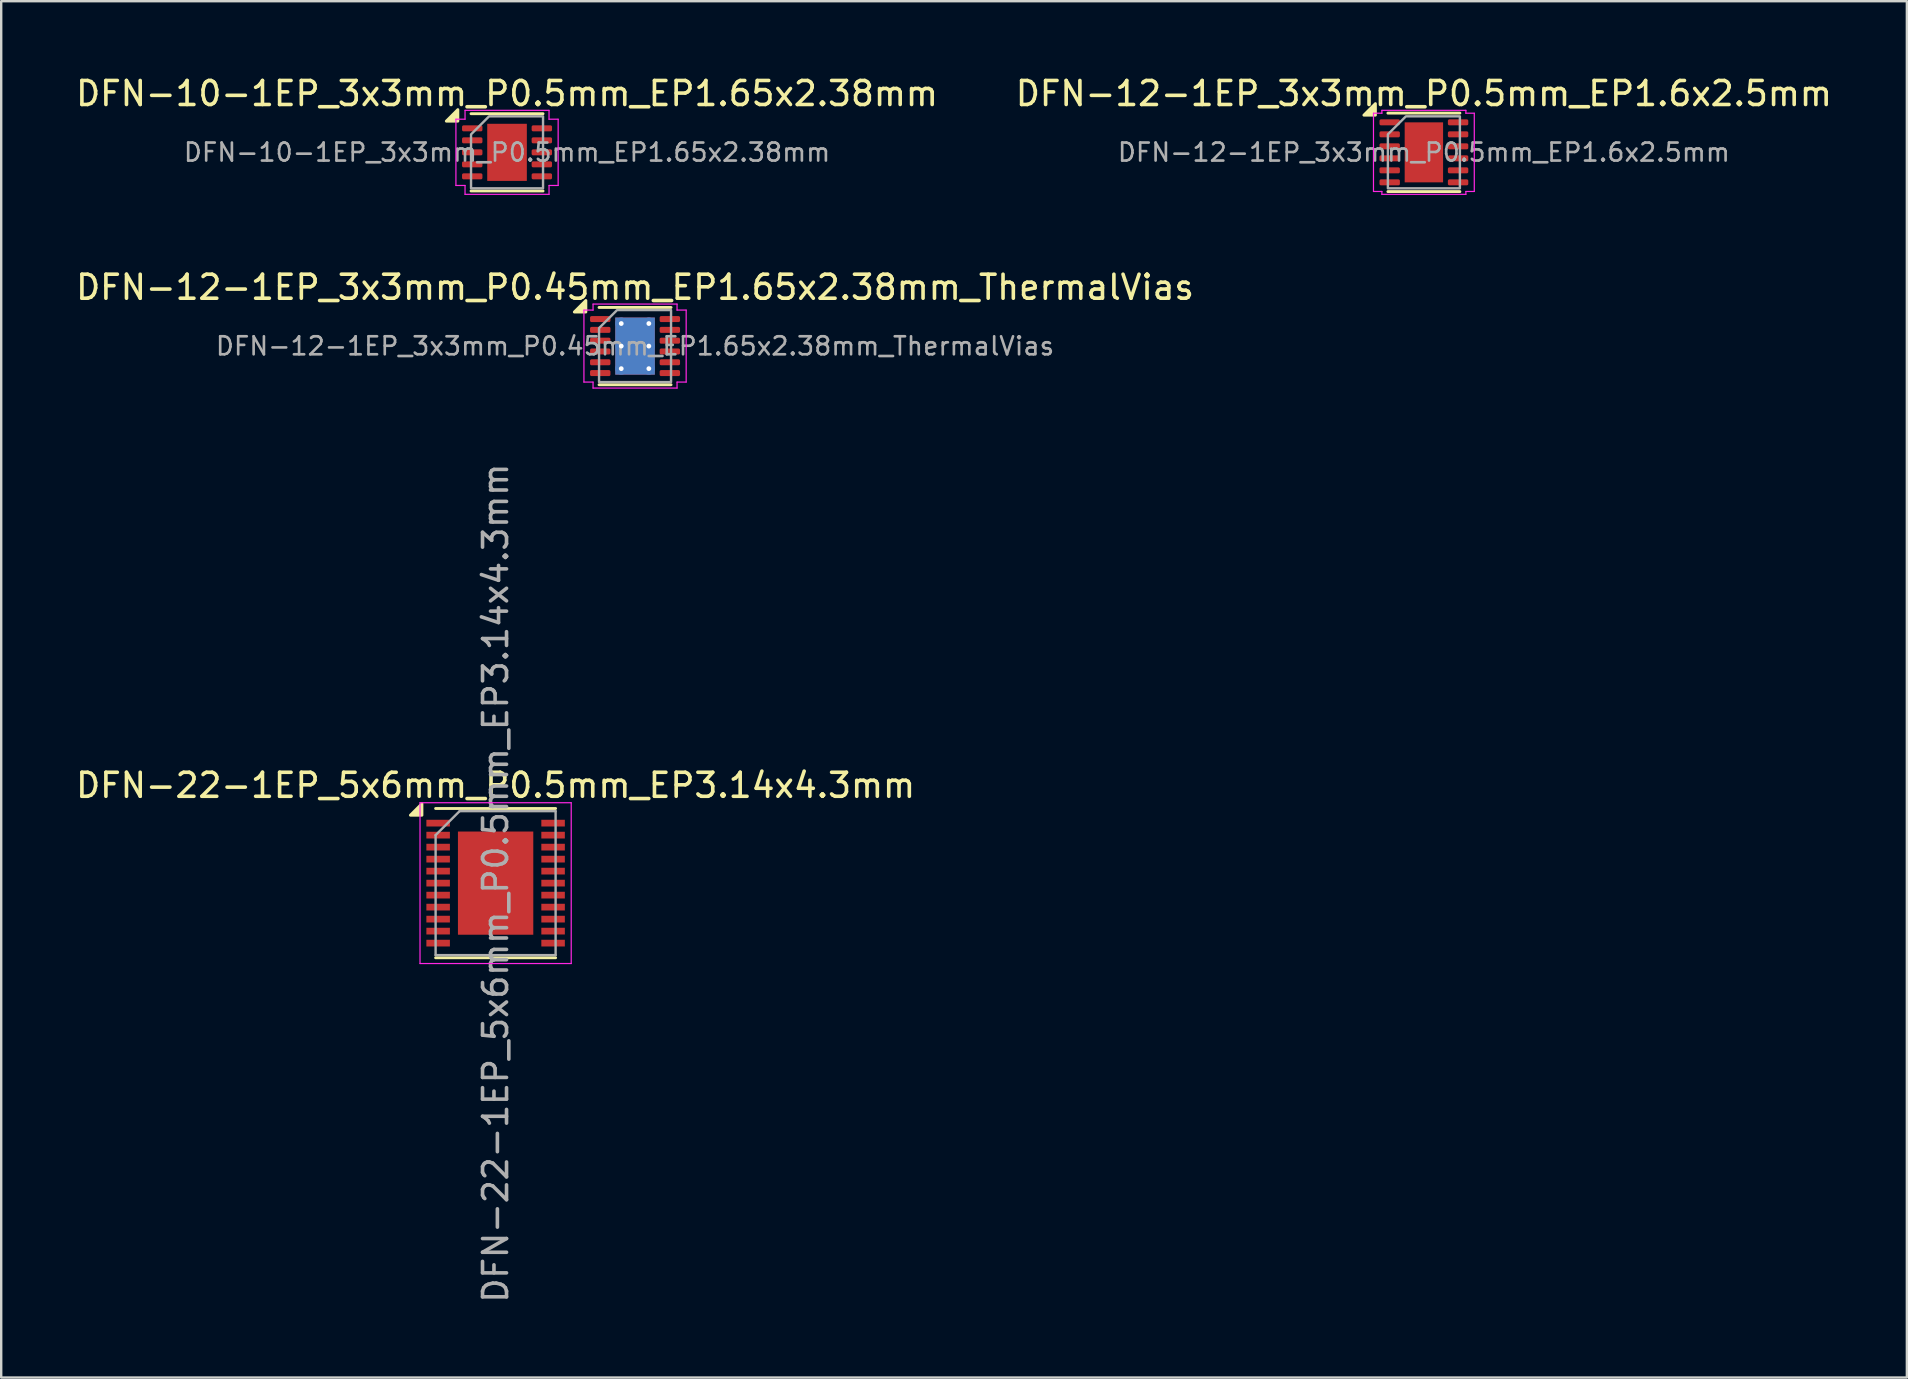
<source format=kicad_pcb>
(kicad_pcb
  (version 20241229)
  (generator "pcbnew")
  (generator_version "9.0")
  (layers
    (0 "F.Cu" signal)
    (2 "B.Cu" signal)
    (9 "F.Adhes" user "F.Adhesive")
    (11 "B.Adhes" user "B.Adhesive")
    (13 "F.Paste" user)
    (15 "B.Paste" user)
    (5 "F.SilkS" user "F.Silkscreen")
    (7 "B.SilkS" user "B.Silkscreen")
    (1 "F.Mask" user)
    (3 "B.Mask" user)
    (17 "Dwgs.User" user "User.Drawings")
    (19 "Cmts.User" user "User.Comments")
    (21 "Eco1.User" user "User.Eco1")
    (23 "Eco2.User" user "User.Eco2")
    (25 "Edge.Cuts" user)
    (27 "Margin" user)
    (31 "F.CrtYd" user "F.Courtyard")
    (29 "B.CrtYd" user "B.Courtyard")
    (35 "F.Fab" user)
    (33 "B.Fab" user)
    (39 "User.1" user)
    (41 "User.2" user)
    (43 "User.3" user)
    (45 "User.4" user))
  (footprint "DFN-22-1EP_5x6mm_P0.5mm_EP3.14x4.3mm"
    (layer "F.Cu")
    (at 17.601 33.748)
    (property "Reference" "DFN-22-1EP_5x6mm_P0.5mm_EP3.14x4.3mm" (at 0 -4.075 0) (layer "F.SilkS") (effects (font (size 1 1) (thickness 0.15))))
    (attr smd)
    (fp_line (start -2.5 -3.11) (end 2.5 -3.11) (stroke (width 0.12) (type solid)) (layer "F.SilkS"))
    (fp_line (start -2.5 3.11) (end 2.5 3.11) (stroke (width 0.12) (type solid)) (layer "F.SilkS"))
    (fp_poly (pts (xy -3.07 -2.83) (xy -3.55 -2.83) (xy -3.07 -3.31) (xy -3.07 -2.83)) (stroke (width 0.12) (type solid)) (fill yes) (layer "F.SilkS"))
    (fp_line (start -3.15 -3.35) (end -3.15 3.35) (stroke (width 0.05) (type solid)) (layer "F.CrtYd"))
    (fp_line (start -3.15 -3.35) (end 3.15 -3.35) (stroke (width 0.05) (type solid)) (layer "F.CrtYd"))
    (fp_line (start -3.15 3.35) (end 3.15 3.35) (stroke (width 0.05) (type solid)) (layer "F.CrtYd"))
    (fp_line (start 3.15 -3.35) (end 3.15 3.35) (stroke (width 0.05) (type solid)) (layer "F.CrtYd"))
    (fp_line (start -2.5 -2) (end -1.5 -3) (stroke (width 0.1) (type solid)) (layer "F.Fab"))
    (fp_line (start -2.5 3) (end -2.5 -2) (stroke (width 0.1) (type solid)) (layer "F.Fab"))
    (fp_line (start -1.5 -3) (end 2.5 -3) (stroke (width 0.1) (type solid)) (layer "F.Fab"))
    (fp_line (start 2.5 -3) (end 2.5 3) (stroke (width 0.1) (type solid)) (layer "F.Fab"))
    (fp_line (start 2.5 3) (end -2.5 3) (stroke (width 0.1) (type solid)) (layer "F.Fab"))
    (fp_text user "${REFERENCE}" (at 0 0 90) (layer "F.Fab") (effects (font (size 1 1) (thickness 0.15))))
    (pad "" smd rect (at -1.05 -1.613) (size 0.855 0.855) (layers "F.Paste"))
    (pad "" smd rect (at -1.05 -0.537) (size 0.855 0.855) (layers "F.Paste"))
    (pad "" smd rect (at -1.05 0.537) (size 0.855 0.855) (layers "F.Paste"))
    (pad "" smd rect (at -1.05 1.613) (size 0.855 0.855) (layers "F.Paste"))
    (pad "" smd rect (at 0 -1.613) (size 0.855 0.855) (layers "F.Paste"))
    (pad "" smd rect (at 0 -0.537) (size 0.855 0.855) (layers "F.Paste"))
    (pad "" smd rect (at 0 0.537) (size 0.855 0.855) (layers "F.Paste"))
    (pad "" smd rect (at 0 1.613) (size 0.855 0.855) (layers "F.Paste"))
    (pad "" smd rect (at 1.05 -1.613) (size 0.855 0.855) (layers "F.Paste"))
    (pad "" smd rect (at 1.05 -0.537) (size 0.855 0.855) (layers "F.Paste"))
    (pad "" smd rect (at 1.05 0.537) (size 0.855 0.855) (layers "F.Paste"))
    (pad "" smd rect (at 1.05 1.613) (size 0.855 0.855) (layers "F.Paste"))
    (pad "1" smd rect (at -2.395 -2.5) (size 0.98 0.28) (layers "F.Cu" "F.Mask" "F.Paste"))
    (pad "2" smd rect (at -2.395 -2) (size 0.98 0.28) (layers "F.Cu" "F.Mask" "F.Paste"))
    (pad "3" smd rect (at -2.395 -1.5) (size 0.98 0.28) (layers "F.Cu" "F.Mask" "F.Paste"))
    (pad "4" smd rect (at -2.395 -1) (size 0.98 0.28) (layers "F.Cu" "F.Mask" "F.Paste"))
    (pad "5" smd rect (at -2.395 -0.5) (size 0.98 0.28) (layers "F.Cu" "F.Mask" "F.Paste"))
    (pad "6" smd rect (at -2.395 0) (size 0.98 0.28) (layers "F.Cu" "F.Mask" "F.Paste"))
    (pad "7" smd rect (at -2.395 0.5) (size 0.98 0.28) (layers "F.Cu" "F.Mask" "F.Paste"))
    (pad "8" smd rect (at -2.395 1) (size 0.98 0.28) (layers "F.Cu" "F.Mask" "F.Paste"))
    (pad "9" smd rect (at -2.395 1.5) (size 0.98 0.28) (layers "F.Cu" "F.Mask" "F.Paste"))
    (pad "10" smd rect (at -2.395 2) (size 0.98 0.28) (layers "F.Cu" "F.Mask" "F.Paste"))
    (pad "11" smd rect (at -2.395 2.5) (size 0.98 0.28) (layers "F.Cu" "F.Mask" "F.Paste"))
    (pad "12" smd rect (at 2.395 2.5) (size 0.98 0.28) (layers "F.Cu" "F.Mask" "F.Paste"))
    (pad "13" smd rect (at 2.395 2) (size 0.98 0.28) (layers "F.Cu" "F.Mask" "F.Paste"))
    (pad "14" smd rect (at 2.395 1.5) (size 0.98 0.28) (layers "F.Cu" "F.Mask" "F.Paste"))
    (pad "15" smd rect (at 2.395 1) (size 0.98 0.28) (layers "F.Cu" "F.Mask" "F.Paste"))
    (pad "16" smd rect (at 2.395 0.5) (size 0.98 0.28) (layers "F.Cu" "F.Mask" "F.Paste"))
    (pad "17" smd rect (at 2.395 0) (size 0.98 0.28) (layers "F.Cu" "F.Mask" "F.Paste"))
    (pad "18" smd rect (at 2.395 -0.5) (size 0.98 0.28) (layers "F.Cu" "F.Mask" "F.Paste"))
    (pad "19" smd rect (at 2.395 -1) (size 0.98 0.28) (layers "F.Cu" "F.Mask" "F.Paste"))
    (pad "20" smd rect (at 2.395 -1.5) (size 0.98 0.28) (layers "F.Cu" "F.Mask" "F.Paste"))
    (pad "21" smd rect (at 2.395 -2) (size 0.98 0.28) (layers "F.Cu" "F.Mask" "F.Paste"))
    (pad "22" smd rect (at 2.395 -2.5) (size 0.98 0.28) (layers "F.Cu" "F.Mask" "F.Paste"))
    (pad "23" smd rect (at 0 0) (size 3.14 4.3) (layers "F.Cu" "F.Mask")))
  (footprint "DFN-12-1EP_3x3mm_P0.5mm_EP1.6x2.5mm"
    (layer "F.Cu")
    (at 56.28 3.298)
    (property "Reference" "DFN-12-1EP_3x3mm_P0.5mm_EP1.6x2.5mm" (at 0 -2.45 0) (layer "F.SilkS") (effects (font (size 1 1) (thickness 0.15))))
    (attr smd)
    (fp_line (start -1.5 -1.635) (end 1.5 -1.635) (stroke (width 0.12) (type solid)) (layer "F.SilkS"))
    (fp_line (start -1.5 1.635) (end 1.5 1.635) (stroke (width 0.12) (type solid)) (layer "F.SilkS"))
    (fp_poly (pts (xy -2.02 -1.55) (xy -2.5 -1.55) (xy -2.02 -2.03)) (stroke (width 0.12) (type solid)) (fill yes) (layer "F.SilkS"))
    (fp_line (start -2.1 -1.63) (end -1.75 -1.63) (stroke (width 0.05) (type solid)) (layer "F.CrtYd"))
    (fp_line (start -2.1 1.63) (end -2.1 -1.63) (stroke (width 0.05) (type solid)) (layer "F.CrtYd"))
    (fp_line (start -1.75 -1.75) (end 1.75 -1.75) (stroke (width 0.05) (type solid)) (layer "F.CrtYd"))
    (fp_line (start -1.75 -1.63) (end -1.75 -1.75) (stroke (width 0.05) (type solid)) (layer "F.CrtYd"))
    (fp_line (start -1.75 1.63) (end -2.1 1.63) (stroke (width 0.05) (type solid)) (layer "F.CrtYd"))
    (fp_line (start -1.75 1.75) (end -1.75 1.63) (stroke (width 0.05) (type solid)) (layer "F.CrtYd"))
    (fp_line (start 1.75 -1.75) (end 1.75 -1.63) (stroke (width 0.05) (type solid)) (layer "F.CrtYd"))
    (fp_line (start 1.75 -1.63) (end 2.1 -1.63) (stroke (width 0.05) (type solid)) (layer "F.CrtYd"))
    (fp_line (start 1.75 1.63) (end 1.75 1.75) (stroke (width 0.05) (type solid)) (layer "F.CrtYd"))
    (fp_line (start 1.75 1.75) (end -1.75 1.75) (stroke (width 0.05) (type solid)) (layer "F.CrtYd"))
    (fp_line (start 2.1 -1.63) (end 2.1 1.63) (stroke (width 0.05) (type solid)) (layer "F.CrtYd"))
    (fp_line (start 2.1 1.63) (end 1.75 1.63) (stroke (width 0.05) (type solid)) (layer "F.CrtYd"))
    (fp_poly (pts (xy -1.5 -0.75) (xy -1.5 1.5) (xy 1.5 1.5) (xy 1.5 -1.5) (xy -0.75 -1.5)) (stroke (width 0.1) (type solid)) (fill no) (layer "F.Fab"))
    (fp_text user "${REFERENCE}" (at 0 0 0) (layer "F.Fab") (effects (font (size 0.75 0.75) (thickness 0.11))))
    (pad "" smd roundrect (at -0.4 -0.625) (size 0.64 1.01) (layers "F.Paste") (roundrect_rratio 0.25))
    (pad "" smd roundrect (at -0.4 0.625) (size 0.64 1.01) (layers "F.Paste") (roundrect_rratio 0.25))
    (pad "" smd roundrect (at 0.4 -0.625) (size 0.64 1.01) (layers "F.Paste") (roundrect_rratio 0.25))
    (pad "" smd roundrect (at 0.4 0.625) (size 0.64 1.01) (layers "F.Paste") (roundrect_rratio 0.25))
    (pad "1" smd roundrect (at -1.425 -1.25) (size 0.85 0.25) (layers "F.Cu" "F.Mask" "F.Paste") (roundrect_rratio 0.25))
    (pad "2" smd roundrect (at -1.425 -0.75) (size 0.85 0.25) (layers "F.Cu" "F.Mask" "F.Paste") (roundrect_rratio 0.25))
    (pad "3" smd roundrect (at -1.425 -0.25) (size 0.85 0.25) (layers "F.Cu" "F.Mask" "F.Paste") (roundrect_rratio 0.25))
    (pad "4" smd roundrect (at -1.425 0.25) (size 0.85 0.25) (layers "F.Cu" "F.Mask" "F.Paste") (roundrect_rratio 0.25))
    (pad "5" smd roundrect (at -1.425 0.75) (size 0.85 0.25) (layers "F.Cu" "F.Mask" "F.Paste") (roundrect_rratio 0.25))
    (pad "6" smd roundrect (at -1.425 1.25) (size 0.85 0.25) (layers "F.Cu" "F.Mask" "F.Paste") (roundrect_rratio 0.25))
    (pad "7" smd roundrect (at 1.425 1.25) (size 0.85 0.25) (layers "F.Cu" "F.Mask" "F.Paste") (roundrect_rratio 0.25))
    (pad "8" smd roundrect (at 1.425 0.75) (size 0.85 0.25) (layers "F.Cu" "F.Mask" "F.Paste") (roundrect_rratio 0.25))
    (pad "9" smd roundrect (at 1.425 0.25) (size 0.85 0.25) (layers "F.Cu" "F.Mask" "F.Paste") (roundrect_rratio 0.25))
    (pad "10" smd roundrect (at 1.425 -0.25) (size 0.85 0.25) (layers "F.Cu" "F.Mask" "F.Paste") (roundrect_rratio 0.25))
    (pad "11" smd roundrect (at 1.425 -0.75) (size 0.85 0.25) (layers "F.Cu" "F.Mask" "F.Paste") (roundrect_rratio 0.25))
    (pad "12" smd roundrect (at 1.425 -1.25) (size 0.85 0.25) (layers "F.Cu" "F.Mask" "F.Paste") (roundrect_rratio 0.25))
    (pad "13" smd rect (at 0 0) (size 1.6 2.5) (property pad_prop_heatsink) (layers "F.Cu" "F.Mask")))
  (footprint "DFN-10-1EP_3x3mm_P0.5mm_EP1.65x2.38mm"
    (layer "F.Cu")
    (at 18.077 3.298)
    (property "Reference" "DFN-10-1EP_3x3mm_P0.5mm_EP1.65x2.38mm" (at 0 -2.45 0) (layer "F.SilkS") (effects (font (size 1 1) (thickness 0.15))))
    (attr smd)
    (fp_line (start -1.5 -1.61) (end 1.5 -1.61) (stroke (width 0.12) (type solid)) (layer "F.SilkS"))
    (fp_line (start -1.5 1.61) (end 1.5 1.61) (stroke (width 0.12) (type solid)) (layer "F.SilkS"))
    (fp_poly (pts (xy -2.05 -1.3) (xy -2.53 -1.3) (xy -2.05 -1.78)) (stroke (width 0.12) (type solid)) (fill yes) (layer "F.SilkS"))
    (fp_line (start -2.13 -1.38) (end -1.75 -1.38) (stroke (width 0.05) (type solid)) (layer "F.CrtYd"))
    (fp_line (start -2.13 1.38) (end -2.13 -1.38) (stroke (width 0.05) (type solid)) (layer "F.CrtYd"))
    (fp_line (start -1.75 -1.75) (end 1.75 -1.75) (stroke (width 0.05) (type solid)) (layer "F.CrtYd"))
    (fp_line (start -1.75 -1.38) (end -1.75 -1.75) (stroke (width 0.05) (type solid)) (layer "F.CrtYd"))
    (fp_line (start -1.75 1.38) (end -2.13 1.38) (stroke (width 0.05) (type solid)) (layer "F.CrtYd"))
    (fp_line (start -1.75 1.75) (end -1.75 1.38) (stroke (width 0.05) (type solid)) (layer "F.CrtYd"))
    (fp_line (start 1.75 -1.75) (end 1.75 -1.38) (stroke (width 0.05) (type solid)) (layer "F.CrtYd"))
    (fp_line (start 1.75 -1.38) (end 2.13 -1.38) (stroke (width 0.05) (type solid)) (layer "F.CrtYd"))
    (fp_line (start 1.75 1.38) (end 1.75 1.75) (stroke (width 0.05) (type solid)) (layer "F.CrtYd"))
    (fp_line (start 1.75 1.75) (end -1.75 1.75) (stroke (width 0.05) (type solid)) (layer "F.CrtYd"))
    (fp_line (start 2.13 -1.38) (end 2.13 1.38) (stroke (width 0.05) (type solid)) (layer "F.CrtYd"))
    (fp_line (start 2.13 1.38) (end 1.75 1.38) (stroke (width 0.05) (type solid)) (layer "F.CrtYd"))
    (fp_poly (pts (xy -1.5 -0.75) (xy -1.5 1.5) (xy 1.5 1.5) (xy 1.5 -1.5) (xy -0.75 -1.5)) (stroke (width 0.1) (type solid)) (fill no) (layer "F.Fab"))
    (fp_text user "${REFERENCE}" (at 0 0 0) (layer "F.Fab") (effects (font (size 0.75 0.75) (thickness 0.11))))
    (pad "" smd roundrect (at -0.41 -0.595) (size 0.67 0.96) (layers "F.Paste") (roundrect_rratio 0.25))
    (pad "" smd roundrect (at -0.41 0.595) (size 0.67 0.96) (layers "F.Paste") (roundrect_rratio 0.25))
    (pad "" smd roundrect (at 0.41 -0.595) (size 0.67 0.96) (layers "F.Paste") (roundrect_rratio 0.25))
    (pad "" smd roundrect (at 0.41 0.595) (size 0.67 0.96) (layers "F.Paste") (roundrect_rratio 0.25))
    (pad "1" smd roundrect (at -1.45 -1) (size 0.85 0.25) (layers "F.Cu" "F.Mask" "F.Paste") (roundrect_rratio 0.25))
    (pad "2" smd roundrect (at -1.45 -0.5) (size 0.85 0.25) (layers "F.Cu" "F.Mask" "F.Paste") (roundrect_rratio 0.25))
    (pad "3" smd roundrect (at -1.45 0) (size 0.85 0.25) (layers "F.Cu" "F.Mask" "F.Paste") (roundrect_rratio 0.25))
    (pad "4" smd roundrect (at -1.45 0.5) (size 0.85 0.25) (layers "F.Cu" "F.Mask" "F.Paste") (roundrect_rratio 0.25))
    (pad "5" smd roundrect (at -1.45 1) (size 0.85 0.25) (layers "F.Cu" "F.Mask" "F.Paste") (roundrect_rratio 0.25))
    (pad "6" smd roundrect (at 1.45 1) (size 0.85 0.25) (layers "F.Cu" "F.Mask" "F.Paste") (roundrect_rratio 0.25))
    (pad "7" smd roundrect (at 1.45 0.5) (size 0.85 0.25) (layers "F.Cu" "F.Mask" "F.Paste") (roundrect_rratio 0.25))
    (pad "8" smd roundrect (at 1.45 0) (size 0.85 0.25) (layers "F.Cu" "F.Mask" "F.Paste") (roundrect_rratio 0.25))
    (pad "9" smd roundrect (at 1.45 -0.5) (size 0.85 0.25) (layers "F.Cu" "F.Mask" "F.Paste") (roundrect_rratio 0.25))
    (pad "10" smd roundrect (at 1.45 -1) (size 0.85 0.25) (layers "F.Cu" "F.Mask" "F.Paste") (roundrect_rratio 0.25))
    (pad "11" smd rect (at 0 0) (size 1.65 2.38) (property pad_prop_heatsink) (layers "F.Cu" "F.Mask")))
  (footprint "DFN-12-1EP_3x3mm_P0.45mm_EP1.65x2.38mm_ThermalVias"
    (layer "F.Cu")
    (at 23.411 11.371)
    (property "Reference" "DFN-12-1EP_3x3mm_P0.45mm_EP1.65x2.38mm_ThermalVias" (at 0 -2.45 0) (layer "F.SilkS") (effects (font (size 1 1) (thickness 0.15))))
    (attr smd)
    (fp_line (start -1.5 -1.61) (end 1.5 -1.61) (stroke (width 0.12) (type solid)) (layer "F.SilkS"))
    (fp_line (start -1.5 1.61) (end 1.5 1.61) (stroke (width 0.12) (type solid)) (layer "F.SilkS"))
    (fp_poly (pts (xy -2.05 -1.42) (xy -2.53 -1.42) (xy -2.05 -1.9)) (stroke (width 0.12) (type solid)) (fill yes) (layer "F.SilkS"))
    (fp_line (start -2.13 -1.5) (end -1.75 -1.5) (stroke (width 0.05) (type solid)) (layer "F.CrtYd"))
    (fp_line (start -2.13 1.5) (end -2.13 -1.5) (stroke (width 0.05) (type solid)) (layer "F.CrtYd"))
    (fp_line (start -1.75 -1.75) (end 1.75 -1.75) (stroke (width 0.05) (type solid)) (layer "F.CrtYd"))
    (fp_line (start -1.75 -1.5) (end -1.75 -1.75) (stroke (width 0.05) (type solid)) (layer "F.CrtYd"))
    (fp_line (start -1.75 1.5) (end -2.13 1.5) (stroke (width 0.05) (type solid)) (layer "F.CrtYd"))
    (fp_line (start -1.75 1.75) (end -1.75 1.5) (stroke (width 0.05) (type solid)) (layer "F.CrtYd"))
    (fp_line (start 1.75 -1.75) (end 1.75 -1.5) (stroke (width 0.05) (type solid)) (layer "F.CrtYd"))
    (fp_line (start 1.75 -1.5) (end 2.13 -1.5) (stroke (width 0.05) (type solid)) (layer "F.CrtYd"))
    (fp_line (start 1.75 1.5) (end 1.75 1.75) (stroke (width 0.05) (type solid)) (layer "F.CrtYd"))
    (fp_line (start 1.75 1.75) (end -1.75 1.75) (stroke (width 0.05) (type solid)) (layer "F.CrtYd"))
    (fp_line (start 2.13 -1.5) (end 2.13 1.5) (stroke (width 0.05) (type solid)) (layer "F.CrtYd"))
    (fp_line (start 2.13 1.5) (end 1.75 1.5) (stroke (width 0.05) (type solid)) (layer "F.CrtYd"))
    (fp_poly (pts (xy -1.5 -0.75) (xy -1.5 1.5) (xy 1.5 1.5) (xy 1.5 -1.5) (xy -0.75 -1.5)) (stroke (width 0.1) (type solid)) (fill no) (layer "F.Fab"))
    (fp_text user "${REFERENCE}" (at 0 0 0) (layer "F.Fab") (effects (font (size 0.75 0.75) (thickness 0.11))))
    (pad "" smd roundrect (at -0.41 -0.595) (size 0.67 0.96) (layers "F.Paste") (roundrect_rratio 0.25))
    (pad "" smd roundrect (at -0.41 0.595) (size 0.67 0.96) (layers "F.Paste") (roundrect_rratio 0.25))
    (pad "" smd roundrect (at 0.41 -0.595) (size 0.67 0.96) (layers "F.Paste") (roundrect_rratio 0.25))
    (pad "" smd roundrect (at 0.41 0.595) (size 0.67 0.96) (layers "F.Paste") (roundrect_rratio 0.25))
    (pad "1" smd roundrect (at -1.45 -1.125) (size 0.85 0.25) (layers "F.Cu" "F.Mask" "F.Paste") (roundrect_rratio 0.25))
    (pad "2" smd roundrect (at -1.45 -0.675) (size 0.85 0.25) (layers "F.Cu" "F.Mask" "F.Paste") (roundrect_rratio 0.25))
    (pad "3" smd roundrect (at -1.45 -0.225) (size 0.85 0.25) (layers "F.Cu" "F.Mask" "F.Paste") (roundrect_rratio 0.25))
    (pad "4" smd roundrect (at -1.45 0.225) (size 0.85 0.25) (layers "F.Cu" "F.Mask" "F.Paste") (roundrect_rratio 0.25))
    (pad "5" smd roundrect (at -1.45 0.675) (size 0.85 0.25) (layers "F.Cu" "F.Mask" "F.Paste") (roundrect_rratio 0.25))
    (pad "6" smd roundrect (at -1.45 1.125) (size 0.85 0.25) (layers "F.Cu" "F.Mask" "F.Paste") (roundrect_rratio 0.25))
    (pad "7" smd roundrect (at 1.45 1.125) (size 0.85 0.25) (layers "F.Cu" "F.Mask" "F.Paste") (roundrect_rratio 0.25))
    (pad "8" smd roundrect (at 1.45 0.675) (size 0.85 0.25) (layers "F.Cu" "F.Mask" "F.Paste") (roundrect_rratio 0.25))
    (pad "9" smd roundrect (at 1.45 0.225) (size 0.85 0.25) (layers "F.Cu" "F.Mask" "F.Paste") (roundrect_rratio 0.25))
    (pad "10" smd roundrect (at 1.45 -0.225) (size 0.85 0.25) (layers "F.Cu" "F.Mask" "F.Paste") (roundrect_rratio 0.25))
    (pad "11" smd roundrect (at 1.45 -0.675) (size 0.85 0.25) (layers "F.Cu" "F.Mask" "F.Paste") (roundrect_rratio 0.25))
    (pad "12" smd roundrect (at 1.45 -1.125) (size 0.85 0.25) (layers "F.Cu" "F.Mask" "F.Paste") (roundrect_rratio 0.25))
    (pad "13" thru_hole circle (at -0.575 -0.94) (size 0.5 0.5) (drill 0.2) (property pad_prop_heatsink) (layers "*.Cu"))
    (pad "13" thru_hole circle (at -0.575 0) (size 0.5 0.5) (drill 0.2) (property pad_prop_heatsink) (layers "*.Cu"))
    (pad "13" thru_hole circle (at -0.575 0.94) (size 0.5 0.5) (drill 0.2) (property pad_prop_heatsink) (layers "*.Cu"))
    (pad "13" smd rect (at 0 0) (size 1.65 2.38) (property pad_prop_heatsink) (layers "F.Cu" "F.Mask"))
    (pad "13" smd rect (at 0 0) (size 1.65 2.38) (property pad_prop_heatsink) (layers "B.Cu"))
    (pad "13" thru_hole circle (at 0.575 -0.94) (size 0.5 0.5) (drill 0.2) (property pad_prop_heatsink) (layers "*.Cu"))
    (pad "13" thru_hole circle (at 0.575 0) (size 0.5 0.5) (drill 0.2) (property pad_prop_heatsink) (layers "*.Cu"))
    (pad "13" thru_hole circle (at 0.575 0.94) (size 0.5 0.5) (drill 0.2) (property pad_prop_heatsink) (layers "*.Cu")))
  (gr_rect
    (start -3 -3)
    (end 76.405 54.349)
    (stroke (width 0.1) (type default))
    (fill no)
    (layer "Edge.Cuts")))
</source>
